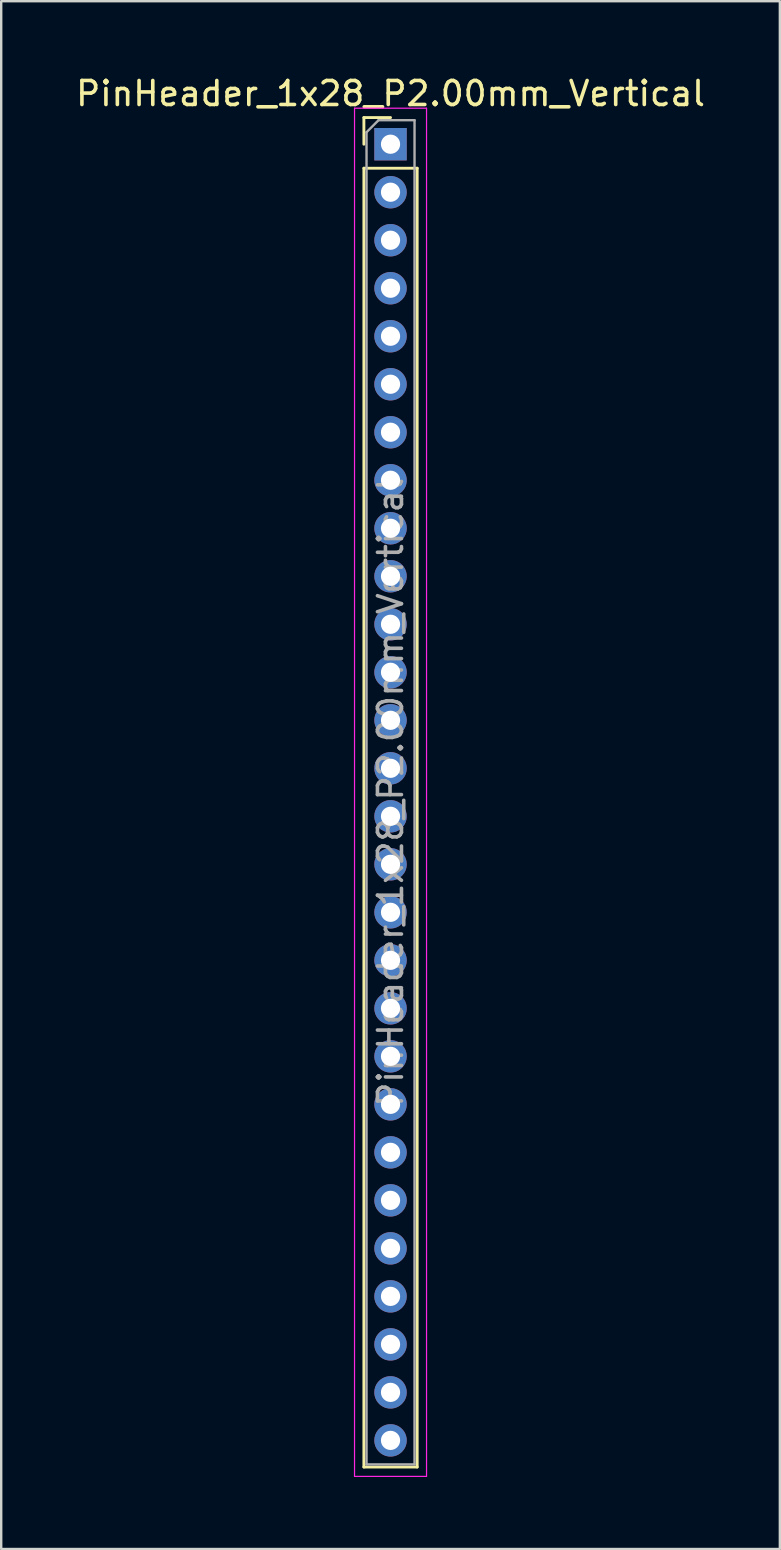
<source format=kicad_pcb>
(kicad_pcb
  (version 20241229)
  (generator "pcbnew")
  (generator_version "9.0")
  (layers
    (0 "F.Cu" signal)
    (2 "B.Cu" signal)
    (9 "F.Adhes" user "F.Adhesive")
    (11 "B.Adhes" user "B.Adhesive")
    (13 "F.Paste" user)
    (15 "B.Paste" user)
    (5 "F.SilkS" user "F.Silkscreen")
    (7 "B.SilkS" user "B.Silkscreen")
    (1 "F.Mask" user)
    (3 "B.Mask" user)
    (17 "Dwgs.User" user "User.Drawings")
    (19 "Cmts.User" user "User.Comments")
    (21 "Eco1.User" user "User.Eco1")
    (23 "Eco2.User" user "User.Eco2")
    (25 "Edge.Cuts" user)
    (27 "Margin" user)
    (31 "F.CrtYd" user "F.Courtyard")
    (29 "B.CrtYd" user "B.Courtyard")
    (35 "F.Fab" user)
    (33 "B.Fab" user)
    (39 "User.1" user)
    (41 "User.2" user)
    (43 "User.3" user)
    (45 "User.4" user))
  (footprint "PinHeader_1x28_P2.00mm_Vertical"
    (layer "F.Cu")
    (at 13.22 2.958)
    (property "Reference" "PinHeader_1x28_P2.00mm_Vertical" (at 0 -2.11 0) (layer "F.SilkS") (effects (font (size 1 1) (thickness 0.15))))
    (attr through_hole)
    (fp_line (start -1.11 -1.11) (end 0 -1.11) (stroke (width 0.12) (type solid)) (layer "F.SilkS"))
    (fp_line (start -1.11 0) (end -1.11 -1.11) (stroke (width 0.12) (type solid)) (layer "F.SilkS"))
    (fp_line (start -1.11 1) (end -1.11 55.11) (stroke (width 0.12) (type solid)) (layer "F.SilkS"))
    (fp_line (start -1.11 1) (end 1.11 1) (stroke (width 0.12) (type solid)) (layer "F.SilkS"))
    (fp_line (start -1.11 55.11) (end 1.11 55.11) (stroke (width 0.12) (type solid)) (layer "F.SilkS"))
    (fp_line (start 1.11 1) (end 1.11 55.11) (stroke (width 0.12) (type solid)) (layer "F.SilkS"))
    (fp_line (start -1.5 -1.5) (end -1.5 55.5) (stroke (width 0.05) (type solid)) (layer "F.CrtYd"))
    (fp_line (start -1.5 55.5) (end 1.5 55.5) (stroke (width 0.05) (type solid)) (layer "F.CrtYd"))
    (fp_line (start 1.5 -1.5) (end -1.5 -1.5) (stroke (width 0.05) (type solid)) (layer "F.CrtYd"))
    (fp_line (start 1.5 55.5) (end 1.5 -1.5) (stroke (width 0.05) (type solid)) (layer "F.CrtYd"))
    (fp_line (start -1 -0.5) (end -0.5 -1) (stroke (width 0.1) (type solid)) (layer "F.Fab"))
    (fp_line (start -1 55) (end -1 -0.5) (stroke (width 0.1) (type solid)) (layer "F.Fab"))
    (fp_line (start -0.5 -1) (end 1 -1) (stroke (width 0.1) (type solid)) (layer "F.Fab"))
    (fp_line (start 1 -1) (end 1 55) (stroke (width 0.1) (type solid)) (layer "F.Fab"))
    (fp_line (start 1 55) (end -1 55) (stroke (width 0.1) (type solid)) (layer "F.Fab"))
    (fp_text user "${REFERENCE}" (at 0 27 90) (layer "F.Fab") (effects (font (size 1 1) (thickness 0.15))))
    (pad "1" thru_hole rect (at 0 0) (size 1.35 1.35) (drill 0.8) (layers "*.Cu" "*.Mask"))
    (pad "2" thru_hole circle (at 0 2) (size 1.35 1.35) (drill 0.8) (layers "*.Cu" "*.Mask"))
    (pad "3" thru_hole circle (at 0 4) (size 1.35 1.35) (drill 0.8) (layers "*.Cu" "*.Mask"))
    (pad "4" thru_hole circle (at 0 6) (size 1.35 1.35) (drill 0.8) (layers "*.Cu" "*.Mask"))
    (pad "5" thru_hole circle (at 0 8) (size 1.35 1.35) (drill 0.8) (layers "*.Cu" "*.Mask"))
    (pad "6" thru_hole circle (at 0 10) (size 1.35 1.35) (drill 0.8) (layers "*.Cu" "*.Mask"))
    (pad "7" thru_hole circle (at 0 12) (size 1.35 1.35) (drill 0.8) (layers "*.Cu" "*.Mask"))
    (pad "8" thru_hole circle (at 0 14) (size 1.35 1.35) (drill 0.8) (layers "*.Cu" "*.Mask"))
    (pad "9" thru_hole circle (at 0 16) (size 1.35 1.35) (drill 0.8) (layers "*.Cu" "*.Mask"))
    (pad "10" thru_hole circle (at 0 18) (size 1.35 1.35) (drill 0.8) (layers "*.Cu" "*.Mask"))
    (pad "11" thru_hole circle (at 0 20) (size 1.35 1.35) (drill 0.8) (layers "*.Cu" "*.Mask"))
    (pad "12" thru_hole circle (at 0 22) (size 1.35 1.35) (drill 0.8) (layers "*.Cu" "*.Mask"))
    (pad "13" thru_hole circle (at 0 24) (size 1.35 1.35) (drill 0.8) (layers "*.Cu" "*.Mask"))
    (pad "14" thru_hole circle (at 0 26) (size 1.35 1.35) (drill 0.8) (layers "*.Cu" "*.Mask"))
    (pad "15" thru_hole circle (at 0 28) (size 1.35 1.35) (drill 0.8) (layers "*.Cu" "*.Mask"))
    (pad "16" thru_hole circle (at 0 30) (size 1.35 1.35) (drill 0.8) (layers "*.Cu" "*.Mask"))
    (pad "17" thru_hole circle (at 0 32) (size 1.35 1.35) (drill 0.8) (layers "*.Cu" "*.Mask"))
    (pad "18" thru_hole circle (at 0 34) (size 1.35 1.35) (drill 0.8) (layers "*.Cu" "*.Mask"))
    (pad "19" thru_hole circle (at 0 36) (size 1.35 1.35) (drill 0.8) (layers "*.Cu" "*.Mask"))
    (pad "20" thru_hole circle (at 0 38) (size 1.35 1.35) (drill 0.8) (layers "*.Cu" "*.Mask"))
    (pad "21" thru_hole circle (at 0 40) (size 1.35 1.35) (drill 0.8) (layers "*.Cu" "*.Mask"))
    (pad "22" thru_hole circle (at 0 42) (size 1.35 1.35) (drill 0.8) (layers "*.Cu" "*.Mask"))
    (pad "23" thru_hole circle (at 0 44) (size 1.35 1.35) (drill 0.8) (layers "*.Cu" "*.Mask"))
    (pad "24" thru_hole circle (at 0 46) (size 1.35 1.35) (drill 0.8) (layers "*.Cu" "*.Mask"))
    (pad "25" thru_hole circle (at 0 48) (size 1.35 1.35) (drill 0.8) (layers "*.Cu" "*.Mask"))
    (pad "26" thru_hole circle (at 0 50) (size 1.35 1.35) (drill 0.8) (layers "*.Cu" "*.Mask"))
    (pad "27" thru_hole circle (at 0 52) (size 1.35 1.35) (drill 0.8) (layers "*.Cu" "*.Mask"))
    (pad "28" thru_hole circle (at 0 54) (size 1.35 1.35) (drill 0.8) (layers "*.Cu" "*.Mask")))
  (gr_rect
    (start -3 -3)
    (end 29.44 61.483)
    (stroke (width 0.1) (type default))
    (fill no)
    (layer "Edge.Cuts")))
</source>
